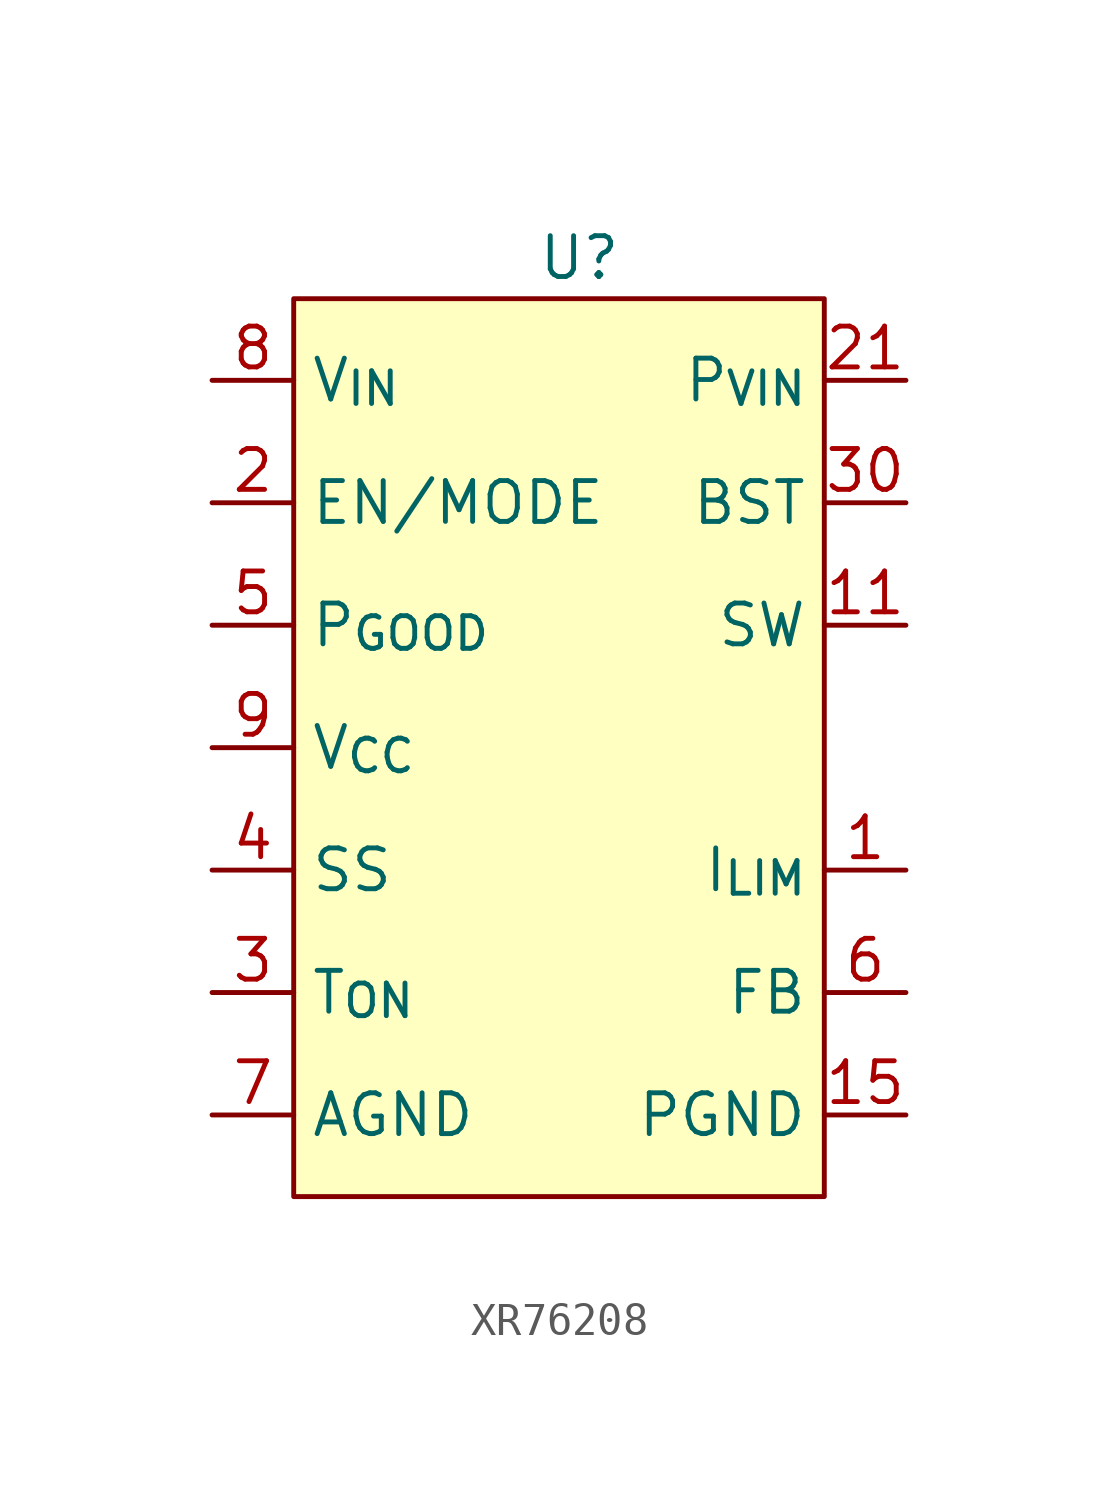
<source format=kicad_sym>
(kicad_symbol_lib
  (version 20220914)
  (generator kicad_symbol_editor)
  (symbol "XR76208"
    (property "Reference" "U"
      (at 0 13.97 0)
      (effects (font (size 1.27 1.27))))
    (property "Value" ""
      (at -1.27 0 0)
      (effects (font (size 1.27 1.27))))
    (symbol "XR76208_1_1"
      (rectangle (start -8.89 12.7) (end 7.62 -15.24) (stroke (width 0) (type default)) (fill (type background)))
      (pin input line (at 10.16 -5.08 180) (length 2.54) (name "I_{LIM}" (effects (font (size 1.27 1.27)))) (number "1" (effects (font (size 1.27 1.27)))))
      (pin input line (at -11.43 -12.7 0) (length 2.54) hide (name "AGND" (effects (font (size 1.27 1.27)))) (number "10" (effects (font (size 1.27 1.27)))))
      (pin input line (at 10.16 2.54 180) (length 2.54) (name "SW" (effects (font (size 1.27 1.27)))) (number "11" (effects (font (size 1.27 1.27)))))
      (pin input line (at 10.16 2.54 180) (length 2.54) hide (name "SW" (effects (font (size 1.27 1.27)))) (number "12" (effects (font (size 1.27 1.27)))))
      (pin input line (at 10.16 2.54 180) (length 2.54) hide (name "SW" (effects (font (size 1.27 1.27)))) (number "13" (effects (font (size 1.27 1.27)))))
      (pin input line (at 10.16 2.54 180) (length 2.54) hide (name "SW" (effects (font (size 1.27 1.27)))) (number "14" (effects (font (size 1.27 1.27)))))
      (pin input line (at 10.16 -12.7 180) (length 2.54) (name "PGND" (effects (font (size 1.27 1.27)))) (number "15" (effects (font (size 1.27 1.27)))))
      (pin input line (at 10.16 -12.7 180) (length 2.54) hide (name "PGND" (effects (font (size 1.27 1.27)))) (number "16" (effects (font (size 1.27 1.27)))))
      (pin input line (at 10.16 -12.7 180) (length 2.54) hide (name "PGND" (effects (font (size 1.27 1.27)))) (number "17" (effects (font (size 1.27 1.27)))))
      (pin input line (at 10.16 -12.7 180) (length 2.54) hide (name "PGND" (effects (font (size 1.27 1.27)))) (number "18" (effects (font (size 1.27 1.27)))))
      (pin input line (at 10.16 -12.7 180) (length 2.54) hide (name "PGND" (effects (font (size 1.27 1.27)))) (number "19" (effects (font (size 1.27 1.27)))))
      (pin input line (at -11.43 6.35 0) (length 2.54) (name "EN/MODE" (effects (font (size 1.27 1.27)))) (number "2" (effects (font (size 1.27 1.27)))))
      (pin input line (at 10.16 2.54 180) (length 2.54) hide (name "SW" (effects (font (size 1.27 1.27)))) (number "20" (effects (font (size 1.27 1.27)))))
      (pin input line (at 10.16 10.16 180) (length 2.54) (name "P_{VIN}" (effects (font (size 1.27 1.27)))) (number "21" (effects (font (size 1.27 1.27)))))
      (pin input line (at 10.16 10.16 180) (length 2.54) hide (name "P_{VIN}" (effects (font (size 1.27 1.27)))) (number "22" (effects (font (size 1.27 1.27)))))
      (pin input line (at 10.16 10.16 180) (length 2.54) hide (name "P_{VIN}" (effects (font (size 1.27 1.27)))) (number "23" (effects (font (size 1.27 1.27)))))
      (pin input line (at 10.16 10.16 180) (length 2.54) hide (name "P_{VIN}" (effects (font (size 1.27 1.27)))) (number "24" (effects (font (size 1.27 1.27)))))
      (pin input line (at 10.16 10.16 180) (length 2.54) hide (name "P_{VIN}" (effects (font (size 1.27 1.27)))) (number "25" (effects (font (size 1.27 1.27)))))
      (pin input line (at 10.16 10.16 180) (length 2.54) hide (name "P_{VIN}" (effects (font (size 1.27 1.27)))) (number "26" (effects (font (size 1.27 1.27)))))
      (pin input line (at 10.16 10.16 180) (length 2.54) hide (name "P_{VIN}" (effects (font (size 1.27 1.27)))) (number "27" (effects (font (size 1.27 1.27)))))
      (pin input line (at 10.16 10.16 180) (length 2.54) hide (name "P_{VIN}" (effects (font (size 1.27 1.27)))) (number "28" (effects (font (size 1.27 1.27)))))
      (pin input line (at 10.16 2.54 180) (length 2.54) hide (name "SW" (effects (font (size 1.27 1.27)))) (number "29" (effects (font (size 1.27 1.27)))))
      (pin input line (at -11.43 -8.89 0) (length 2.54) (name "T_{ON}" (effects (font (size 1.27 1.27)))) (number "3" (effects (font (size 1.27 1.27)))))
      (pin input line (at 10.16 6.35 180) (length 2.54) (name "BST" (effects (font (size 1.27 1.27)))) (number "30" (effects (font (size 1.27 1.27)))))
      (pin input line (at -11.43 -5.08 0) (length 2.54) (name "SS" (effects (font (size 1.27 1.27)))) (number "4" (effects (font (size 1.27 1.27)))))
      (pin input line (at -11.43 2.54 0) (length 2.54) (name "P_{GOOD}" (effects (font (size 1.27 1.27)))) (number "5" (effects (font (size 1.27 1.27)))))
      (pin input line (at 10.16 -8.89 180) (length 2.54) (name "FB" (effects (font (size 1.27 1.27)))) (number "6" (effects (font (size 1.27 1.27)))))
      (pin input line (at -11.43 -12.7 0) (length 2.54) (name "AGND" (effects (font (size 1.27 1.27)))) (number "7" (effects (font (size 1.27 1.27)))))
      (pin input line (at -11.43 10.16 0) (length 2.54) (name "V_{IN}" (effects (font (size 1.27 1.27)))) (number "8" (effects (font (size 1.27 1.27)))))
      (pin input line (at -11.43 -1.27 0) (length 2.54) (name "V_{CC}" (effects (font (size 1.27 1.27)))) (number "9" (effects (font (size 1.27 1.27)))))
      (pin input line (at -11.43 -12.7 0) (length 2.54) hide (name "AGND" (effects (font (size 1.27 1.27)))) (number "AGND" (effects (font (size 1.27 1.27)))))
      (pin input line (at 10.16 -12.7 180) (length 2.54) hide (name "PGND" (effects (font (size 1.27 1.27)))) (number "PGND" (effects (font (size 1.27 1.27)))))
      (pin input line (at 10.16 10.16 180) (length 2.54) hide (name "P_{VIN}" (effects (font (size 1.27 1.27)))) (number "PVIN" (effects (font (size 1.27 1.27)))))
      (pin input line (at 10.16 2.54 180) (length 2.54) hide (name "SW" (effects (font (size 1.27 1.27)))) (number "SW" (effects (font (size 1.27 1.27))))))))
</source>
